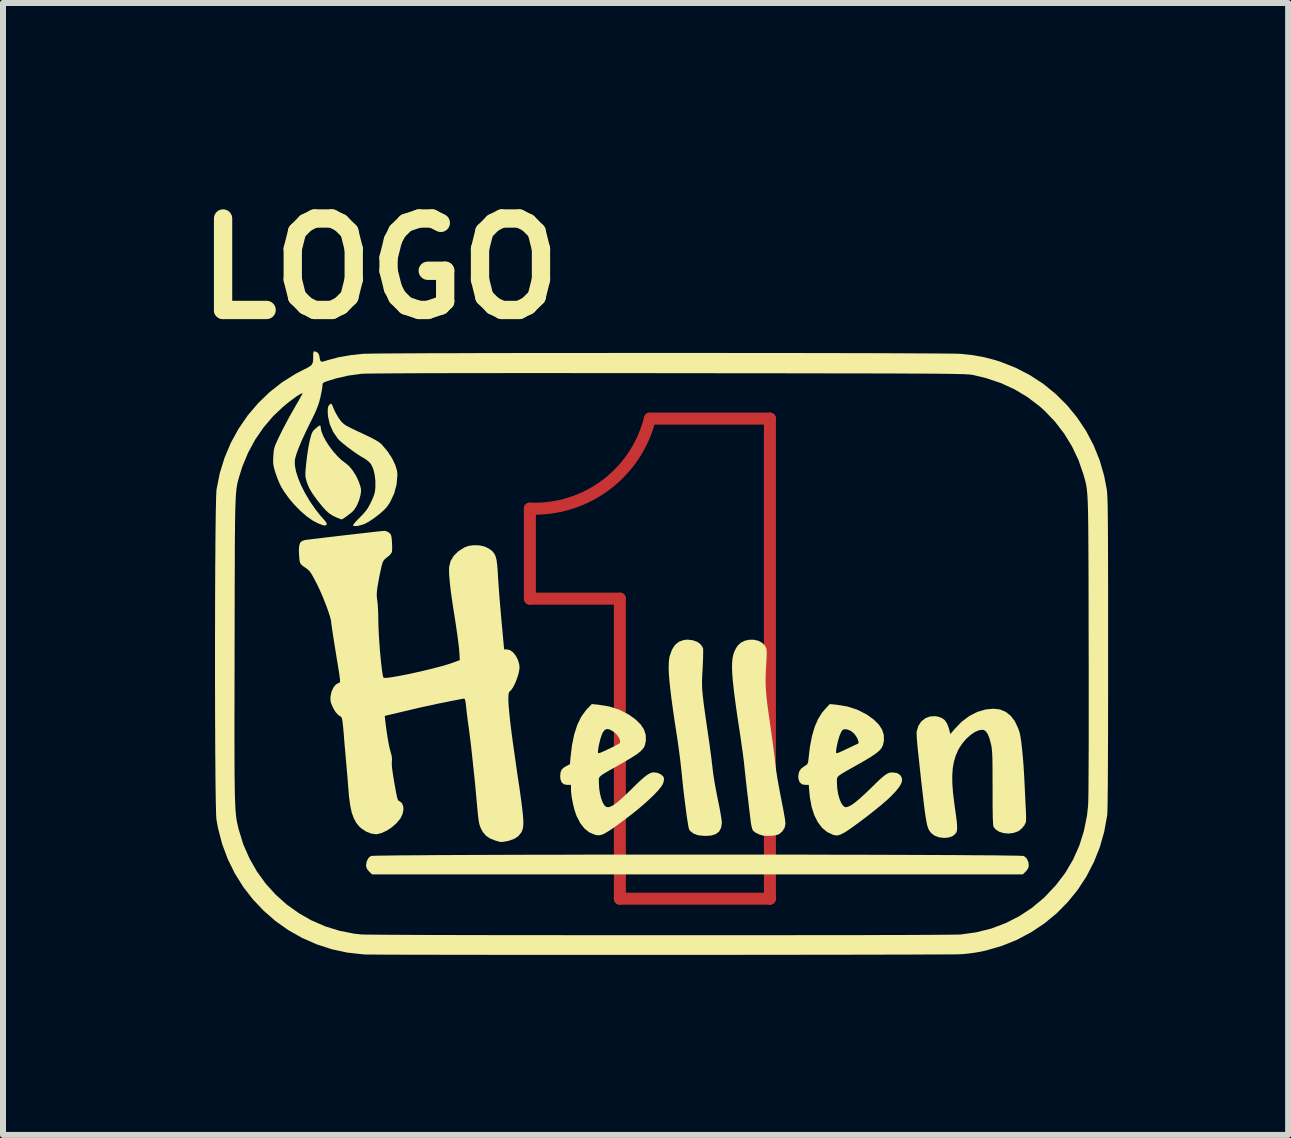
<source format=kicad_pcb>
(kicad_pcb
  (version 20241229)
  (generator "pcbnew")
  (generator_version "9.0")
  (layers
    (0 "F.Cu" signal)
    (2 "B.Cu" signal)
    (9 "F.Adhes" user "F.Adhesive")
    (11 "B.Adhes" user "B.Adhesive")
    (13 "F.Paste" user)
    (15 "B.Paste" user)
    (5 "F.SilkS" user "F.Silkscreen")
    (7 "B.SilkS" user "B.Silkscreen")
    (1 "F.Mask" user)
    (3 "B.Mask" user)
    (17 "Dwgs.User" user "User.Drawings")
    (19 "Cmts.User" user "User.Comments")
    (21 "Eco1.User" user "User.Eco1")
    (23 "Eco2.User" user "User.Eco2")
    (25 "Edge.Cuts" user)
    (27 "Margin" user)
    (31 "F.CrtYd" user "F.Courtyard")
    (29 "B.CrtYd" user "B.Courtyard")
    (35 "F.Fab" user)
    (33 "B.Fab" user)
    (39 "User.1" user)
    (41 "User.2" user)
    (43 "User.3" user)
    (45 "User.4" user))
  (footprint "LOGO"
    (layer "F.Cu")
    (at 8.28 7.926)
    (property "Reference" "LOGO" (at -5 -6.5 0) (layer "F.SilkS") (effects (font (size 1.524 1.524) (thickness 0.305))))
    (attr through_hole)
    (fp_line (start -2.5 -1) (end -2.5 -2.5) (stroke (width 0.2) (type solid)) (layer "F.Cu"))
    (fp_line (start -2.5 -1) (end -1 -1) (stroke (width 0.2) (type solid)) (layer "F.Cu"))
    (fp_line (start -1 -1) (end -1 4) (stroke (width 0.2) (type solid)) (layer "F.Cu"))
    (fp_line (start -1 4) (end 1.5 4) (stroke (width 0.2) (type solid)) (layer "F.Cu"))
    (fp_line (start 1.5 -4) (end -0.5 -4) (stroke (width 0.2) (type solid)) (layer "F.Cu"))
    (fp_line (start 1.5 4) (end 1.5 -4) (stroke (width 0.2) (type solid)) (layer "F.Cu"))
    (fp_arc (start -0.5 -4) (mid -1.233389 -2.894518) (end -2.5 -2.5) (stroke (width 0.2) (type solid)) (layer "F.Cu"))
    (fp_poly (pts (xy -5.99 -3.881) (xy -5.986 -3.858) (xy -5.986 -3.855) (xy -5.975 -3.792) (xy -5.945 -3.715) (xy -5.901 -3.63) (xy -5.844 -3.542) (xy -5.779 -3.456) (xy -5.709 -3.376) (xy -5.638 -3.308) (xy -5.578 -3.263) (xy -5.515 -3.211) (xy -5.453 -3.136) (xy -5.397 -3.048) (xy -5.352 -2.952) (xy -5.341 -2.92) (xy -5.323 -2.864) (xy -5.314 -2.823) (xy -5.314 -2.785) (xy -5.321 -2.739) (xy -5.323 -2.724) (xy -5.348 -2.633) (xy -5.385 -2.548) (xy -5.43 -2.478) (xy -5.457 -2.449) (xy -5.492 -2.42) (xy -5.533 -2.388) (xy -5.575 -2.357) (xy -5.611 -2.333) (xy -5.633 -2.321) (xy -5.636 -2.32) (xy -5.653 -2.325) (xy -5.688 -2.339) (xy -5.714 -2.349) (xy -5.785 -2.382) (xy -5.845 -2.422) (xy -5.903 -2.474) (xy -5.96 -2.537) (xy -6.053 -2.653) (xy -6.125 -2.754) (xy -6.178 -2.844) (xy -6.212 -2.925) (xy -6.217 -2.942) (xy -6.229 -2.983) (xy -6.237 -3.016) (xy -6.241 -3.05) (xy -6.241 -3.09) (xy -6.238 -3.142) (xy -6.231 -3.213) (xy -6.226 -3.267) (xy -6.215 -3.36) (xy -6.201 -3.457) (xy -6.186 -3.548) (xy -6.171 -3.622) (xy -6.168 -3.634) (xy -6.151 -3.702) (xy -6.137 -3.748) (xy -6.121 -3.781) (xy -6.101 -3.807) (xy -6.072 -3.834) (xy -6.072 -3.834) (xy -6.029 -3.87) (xy -6.003 -3.885)) (stroke (width 0) (type solid)) (fill yes) (layer "F.SilkS"))
    (fp_poly (pts (xy 0.809 3.265) (xy 1.151 3.265) (xy 1.491 3.266) (xy 1.827 3.266) (xy 2.156 3.266) (xy 2.479 3.267) (xy 2.794 3.268) (xy 3.1 3.268) (xy 3.395 3.269) (xy 3.679 3.27) (xy 3.949 3.271) (xy 4.206 3.272) (xy 4.447 3.273) (xy 4.671 3.274) (xy 4.877 3.276) (xy 5.064 3.277) (xy 5.231 3.278) (xy 5.376 3.28) (xy 5.498 3.282) (xy 5.596 3.283) (xy 5.668 3.285) (xy 5.714 3.287) (xy 5.733 3.289) (xy 5.733 3.289) (xy 5.779 3.33) (xy 5.807 3.389) (xy 5.814 3.443) (xy 5.807 3.486) (xy 5.784 3.524) (xy 5.764 3.546) (xy 5.715 3.595) (xy -5.131 3.595) (xy -5.18 3.546) (xy -5.214 3.505) (xy -5.228 3.466) (xy -5.23 3.443) (xy -5.218 3.374) (xy -5.186 3.318) (xy -5.149 3.289) (xy -5.131 3.287) (xy -5.085 3.285) (xy -5.012 3.283) (xy -4.914 3.282) (xy -4.792 3.28) (xy -4.647 3.278) (xy -4.481 3.277) (xy -4.294 3.276) (xy -4.088 3.274) (xy -3.864 3.273) (xy -3.623 3.272) (xy -3.367 3.271) (xy -3.096 3.27) (xy -2.813 3.269) (xy -2.517 3.268) (xy -2.212 3.268) (xy -1.897 3.267) (xy -1.574 3.266) (xy -1.244 3.266) (xy -0.909 3.266) (xy -0.569 3.265) (xy -0.226 3.265) (xy 0.119 3.265) (xy 0.464 3.265)) (stroke (width 0) (type solid)) (fill yes) (layer "F.SilkS"))
    (fp_poly (pts (xy -5.803 -4.241) (xy -5.79 -4.216) (xy -5.771 -4.169) (xy -5.763 -4.15) (xy -5.731 -4.085) (xy -5.691 -4.017) (xy -5.661 -3.975) (xy -5.639 -3.948) (xy -5.618 -3.926) (xy -5.593 -3.905) (xy -5.561 -3.884) (xy -5.518 -3.86) (xy -5.459 -3.831) (xy -5.38 -3.793) (xy -5.308 -3.76) (xy -5.207 -3.712) (xy -5.128 -3.673) (xy -5.069 -3.641) (xy -5.024 -3.614) (xy -4.992 -3.59) (xy -4.967 -3.567) (xy -4.964 -3.564) (xy -4.871 -3.453) (xy -4.798 -3.342) (xy -4.745 -3.234) (xy -4.714 -3.133) (xy -4.707 -3.065) (xy -4.721 -2.903) (xy -4.762 -2.75) (xy -4.829 -2.608) (xy -4.879 -2.533) (xy -4.919 -2.488) (xy -4.978 -2.434) (xy -5.047 -2.378) (xy -5.12 -2.325) (xy -5.19 -2.279) (xy -5.25 -2.247) (xy -5.273 -2.238) (xy -5.338 -2.219) (xy -5.394 -2.209) (xy -5.433 -2.21) (xy -5.444 -2.214) (xy -5.444 -2.228) (xy -5.425 -2.256) (xy -5.385 -2.301) (xy -5.337 -2.349) (xy -5.278 -2.41) (xy -5.234 -2.461) (xy -5.199 -2.511) (xy -5.167 -2.57) (xy -5.147 -2.61) (xy -5.115 -2.679) (xy -5.095 -2.732) (xy -5.083 -2.781) (xy -5.076 -2.834) (xy -5.074 -2.864) (xy -5.075 -2.971) (xy -5.088 -3.073) (xy -5.111 -3.164) (xy -5.144 -3.235) (xy -5.152 -3.247) (xy -5.192 -3.289) (xy -5.246 -3.33) (xy -5.273 -3.345) (xy -5.328 -3.377) (xy -5.396 -3.422) (xy -5.469 -3.474) (xy -5.543 -3.529) (xy -5.609 -3.582) (xy -5.664 -3.629) (xy -5.7 -3.665) (xy -5.7 -3.665) (xy -5.779 -3.78) (xy -5.834 -3.905) (xy -5.864 -4.037) (xy -5.869 -4.115) (xy -5.867 -4.17) (xy -5.859 -4.205) (xy -5.842 -4.228) (xy -5.84 -4.23) (xy -5.824 -4.244) (xy -5.813 -4.249)) (stroke (width 0) (type solid)) (fill yes) (layer "F.SilkS"))
    (fp_poly (pts (xy 0.218 -0.306) (xy 0.293 -0.278) (xy 0.35 -0.234) (xy 0.384 -0.177) (xy 0.386 -0.172) (xy 0.388 -0.148) (xy 0.388 -0.1) (xy 0.387 -0.033) (xy 0.384 0.049) (xy 0.38 0.141) (xy 0.379 0.169) (xy 0.374 0.243) (xy 0.371 0.307) (xy 0.369 0.364) (xy 0.369 0.418) (xy 0.37 0.472) (xy 0.373 0.529) (xy 0.379 0.593) (xy 0.387 0.666) (xy 0.397 0.752) (xy 0.411 0.854) (xy 0.428 0.976) (xy 0.449 1.12) (xy 0.472 1.277) (xy 0.488 1.385) (xy 0.503 1.494) (xy 0.516 1.596) (xy 0.528 1.685) (xy 0.536 1.756) (xy 0.539 1.779) (xy 0.549 1.864) (xy 0.56 1.948) (xy 0.574 2.036) (xy 0.591 2.133) (xy 0.612 2.246) (xy 0.639 2.38) (xy 0.648 2.422) (xy 0.665 2.509) (xy 0.679 2.59) (xy 0.691 2.659) (xy 0.697 2.711) (xy 0.699 2.734) (xy 0.688 2.816) (xy 0.655 2.879) (xy 0.601 2.922) (xy 0.525 2.947) (xy 0.437 2.954) (xy 0.379 2.951) (xy 0.326 2.946) (xy 0.296 2.941) (xy 0.227 2.915) (xy 0.173 2.873) (xy 0.156 2.85) (xy 0.148 2.826) (xy 0.138 2.777) (xy 0.127 2.706) (xy 0.113 2.616) (xy 0.099 2.51) (xy 0.084 2.393) (xy 0.068 2.267) (xy 0.053 2.135) (xy 0.039 2.002) (xy 0.026 1.87) (xy 0.023 1.845) (xy 0.014 1.763) (xy 0.002 1.66) (xy -0.013 1.544) (xy -0.03 1.421) (xy -0.048 1.299) (xy -0.058 1.235) (xy -0.092 1.013) (xy -0.12 0.818) (xy -0.143 0.648) (xy -0.161 0.5) (xy -0.174 0.372) (xy -0.183 0.263) (xy -0.187 0.171) (xy -0.186 0.093) (xy -0.182 0.027) (xy -0.173 -0.029) (xy -0.168 -0.048) (xy -0.131 -0.152) (xy -0.08 -0.23) (xy -0.014 -0.283) (xy 0.067 -0.311) (xy 0.129 -0.317)) (stroke (width 0) (type solid)) (fill yes) (layer "F.SilkS"))
    (fp_poly (pts (xy 1.233 -0.315) (xy 1.307 -0.298) (xy 1.371 -0.264) (xy 1.418 -0.215) (xy 1.429 -0.197) (xy 1.438 -0.176) (xy 1.444 -0.153) (xy 1.447 -0.123) (xy 1.447 -0.081) (xy 1.445 -0.022) (xy 1.441 0.059) (xy 1.438 0.108) (xy 1.432 0.206) (xy 1.429 0.293) (xy 1.428 0.376) (xy 1.43 0.457) (xy 1.435 0.542) (xy 1.443 0.635) (xy 1.455 0.741) (xy 1.471 0.864) (xy 1.492 1.009) (xy 1.503 1.088) (xy 1.52 1.208) (xy 1.537 1.326) (xy 1.552 1.438) (xy 1.565 1.537) (xy 1.576 1.62) (xy 1.583 1.68) (xy 1.584 1.691) (xy 1.594 1.783) (xy 1.606 1.875) (xy 1.621 1.973) (xy 1.64 2.081) (xy 1.663 2.206) (xy 1.691 2.352) (xy 1.702 2.407) (xy 1.72 2.498) (xy 1.735 2.583) (xy 1.748 2.657) (xy 1.756 2.714) (xy 1.759 2.748) (xy 1.759 2.75) (xy 1.746 2.816) (xy 1.709 2.877) (xy 1.655 2.923) (xy 1.643 2.929) (xy 1.599 2.943) (xy 1.537 2.951) (xy 1.468 2.954) (xy 1.403 2.951) (xy 1.374 2.946) (xy 1.317 2.928) (xy 1.263 2.901) (xy 1.224 2.871) (xy 1.215 2.86) (xy 1.203 2.83) (xy 1.191 2.781) (xy 1.181 2.721) (xy 1.179 2.706) (xy 1.173 2.653) (xy 1.164 2.579) (xy 1.153 2.489) (xy 1.142 2.391) (xy 1.13 2.29) (xy 1.128 2.28) (xy 1.116 2.175) (xy 1.104 2.068) (xy 1.093 1.966) (xy 1.083 1.876) (xy 1.076 1.808) (xy 1.076 1.808) (xy 1.07 1.748) (xy 1.06 1.666) (xy 1.047 1.566) (xy 1.031 1.455) (xy 1.015 1.338) (xy 0.997 1.221) (xy 0.997 1.219) (xy 0.963 0.998) (xy 0.935 0.803) (xy 0.912 0.633) (xy 0.894 0.485) (xy 0.881 0.357) (xy 0.872 0.247) (xy 0.869 0.154) (xy 0.87 0.074) (xy 0.876 0.006) (xy 0.887 -0.053) (xy 0.902 -0.104) (xy 0.922 -0.149) (xy 0.946 -0.191) (xy 0.961 -0.213) (xy 1.013 -0.264) (xy 1.08 -0.298) (xy 1.155 -0.315)) (stroke (width 0) (type solid)) (fill yes) (layer "F.SilkS"))
    (fp_poly (pts (xy 5.334 0.847) (xy 5.429 0.886) (xy 5.512 0.951) (xy 5.581 1.041) (xy 5.636 1.157) (xy 5.659 1.224) (xy 5.673 1.285) (xy 5.687 1.373) (xy 5.7 1.483) (xy 5.713 1.613) (xy 5.725 1.759) (xy 5.735 1.919) (xy 5.741 2.026) (xy 5.746 2.132) (xy 5.751 2.242) (xy 5.756 2.347) (xy 5.761 2.44) (xy 5.765 2.511) (xy 5.765 2.514) (xy 5.768 2.586) (xy 5.769 2.65) (xy 5.768 2.7) (xy 5.765 2.727) (xy 5.742 2.775) (xy 5.703 2.825) (xy 5.656 2.865) (xy 5.637 2.877) (xy 5.559 2.905) (xy 5.476 2.915) (xy 5.394 2.907) (xy 5.32 2.884) (xy 5.261 2.845) (xy 5.229 2.806) (xy 5.224 2.79) (xy 5.22 2.76) (xy 5.217 2.712) (xy 5.214 2.646) (xy 5.213 2.559) (xy 5.211 2.45) (xy 5.211 2.315) (xy 5.211 2.156) (xy 5.21 2.002) (xy 5.21 1.875) (xy 5.209 1.77) (xy 5.208 1.684) (xy 5.206 1.616) (xy 5.203 1.561) (xy 5.199 1.516) (xy 5.195 1.479) (xy 5.189 1.447) (xy 5.184 1.423) (xy 5.158 1.326) (xy 5.13 1.257) (xy 5.099 1.212) (xy 5.064 1.189) (xy 5.046 1.185) (xy 4.985 1.193) (xy 4.916 1.222) (xy 4.844 1.271) (xy 4.773 1.335) (xy 4.708 1.411) (xy 4.653 1.494) (xy 4.632 1.534) (xy 4.593 1.627) (xy 4.565 1.724) (xy 4.547 1.829) (xy 4.539 1.947) (xy 4.54 2.079) (xy 4.551 2.23) (xy 4.572 2.404) (xy 4.585 2.498) (xy 4.601 2.614) (xy 4.613 2.706) (xy 4.619 2.776) (xy 4.62 2.828) (xy 4.616 2.867) (xy 4.608 2.894) (xy 4.599 2.909) (xy 4.551 2.954) (xy 4.483 2.98) (xy 4.402 2.988) (xy 4.319 2.977) (xy 4.245 2.95) (xy 4.192 2.91) (xy 4.174 2.89) (xy 4.158 2.868) (xy 4.144 2.842) (xy 4.131 2.809) (xy 4.119 2.766) (xy 4.108 2.711) (xy 4.096 2.641) (xy 4.083 2.554) (xy 4.069 2.447) (xy 4.054 2.318) (xy 4.036 2.163) (xy 4.026 2.076) (xy 4.006 1.894) (xy 3.989 1.738) (xy 3.975 1.607) (xy 3.963 1.499) (xy 3.955 1.411) (xy 3.949 1.342) (xy 3.946 1.289) (xy 3.944 1.25) (xy 3.945 1.224) (xy 3.946 1.212) (xy 3.975 1.119) (xy 4.024 1.045) (xy 4.09 0.993) (xy 4.168 0.963) (xy 4.258 0.959) (xy 4.3 0.966) (xy 4.364 0.988) (xy 4.413 1.024) (xy 4.451 1.079) (xy 4.481 1.157) (xy 4.491 1.194) (xy 4.507 1.257) (xy 4.58 1.171) (xy 4.695 1.052) (xy 4.82 0.958) (xy 4.952 0.889) (xy 5.089 0.848) (xy 5.225 0.834)) (stroke (width 0) (type solid)) (fill yes) (layer "F.SilkS"))
    (fp_poly (pts (xy -1.362 0.767) (xy -1.177 0.797) (xy -1.006 0.852) (xy -0.851 0.932) (xy -0.739 1.013) (xy -0.654 1.096) (xy -0.598 1.181) (xy -0.569 1.271) (xy -0.567 1.366) (xy -0.581 1.434) (xy -0.595 1.471) (xy -0.619 1.506) (xy -0.655 1.544) (xy -0.707 1.585) (xy -0.776 1.631) (xy -0.866 1.686) (xy -0.979 1.752) (xy -0.98 1.753) (xy -1.087 1.813) (xy -1.171 1.86) (xy -1.235 1.897) (xy -1.282 1.926) (xy -1.314 1.949) (xy -1.335 1.968) (xy -1.346 1.986) (xy -1.351 2.005) (xy -1.351 2.027) (xy -1.35 2.055) (xy -1.35 2.07) (xy -1.345 2.159) (xy -1.332 2.247) (xy -1.312 2.328) (xy -1.287 2.395) (xy -1.258 2.445) (xy -1.227 2.471) (xy -1.227 2.471) (xy -1.195 2.476) (xy -1.156 2.466) (xy -1.108 2.441) (xy -1.05 2.399) (xy -0.979 2.339) (xy -0.893 2.258) (xy -0.821 2.189) (xy -0.731 2.1) (xy -0.658 2.031) (xy -0.598 1.978) (xy -0.55 1.941) (xy -0.51 1.916) (xy -0.476 1.901) (xy -0.444 1.895) (xy -0.43 1.895) (xy -0.369 1.904) (xy -0.316 1.929) (xy -0.278 1.964) (xy -0.266 1.99) (xy -0.267 2.035) (xy -0.283 2.088) (xy -0.312 2.135) (xy -0.362 2.196) (xy -0.43 2.268) (xy -0.513 2.348) (xy -0.608 2.433) (xy -0.713 2.522) (xy -0.824 2.61) (xy -0.871 2.645) (xy -0.984 2.73) (xy -1.077 2.798) (xy -1.152 2.851) (xy -1.214 2.89) (xy -1.263 2.918) (xy -1.304 2.935) (xy -1.339 2.943) (xy -1.371 2.943) (xy -1.403 2.938) (xy -1.418 2.934) (xy -1.511 2.894) (xy -1.59 2.831) (xy -1.658 2.745) (xy -1.716 2.634) (xy -1.73 2.6) (xy -1.758 2.515) (xy -1.782 2.416) (xy -1.802 2.314) (xy -1.813 2.221) (xy -1.815 2.171) (xy -1.815 2.103) (xy -1.875 2.104) (xy -1.932 2.094) (xy -1.971 2.061) (xy -1.991 2.006) (xy -1.995 1.954) (xy -1.988 1.891) (xy -1.97 1.848) (xy -1.934 1.815) (xy -1.897 1.792) (xy -1.832 1.758) (xy -1.823 1.648) (xy -1.811 1.552) (xy -1.365 1.552) (xy -1.364 1.567) (xy -1.359 1.574) (xy -1.346 1.574) (xy -1.32 1.566) (xy -1.277 1.547) (xy -1.212 1.517) (xy -1.194 1.508) (xy -1.128 1.477) (xy -1.071 1.448) (xy -1.027 1.424) (xy -1.004 1.41) (xy -1.003 1.409) (xy -0.994 1.381) (xy -1.004 1.341) (xy -1.029 1.296) (xy -1.066 1.251) (xy -1.11 1.213) (xy -1.116 1.21) (xy -1.174 1.179) (xy -1.219 1.172) (xy -1.255 1.19) (xy -1.286 1.233) (xy -1.287 1.234) (xy -1.306 1.279) (xy -1.326 1.343) (xy -1.344 1.415) (xy -1.358 1.484) (xy -1.364 1.541) (xy -1.365 1.552) (xy -1.811 1.552) (xy -1.798 1.441) (xy -1.76 1.258) (xy -1.709 1.101) (xy -1.644 0.968) (xy -1.566 0.86) (xy -1.545 0.837) (xy -1.468 0.757)) (stroke (width 0) (type solid)) (fill yes) (layer "F.SilkS"))
    (fp_poly (pts (xy 2.604 0.767) (xy 2.79 0.797) (xy 2.96 0.852) (xy 3.115 0.932) (xy 3.228 1.013) (xy 3.313 1.096) (xy 3.369 1.181) (xy 3.398 1.271) (xy 3.4 1.366) (xy 3.386 1.434) (xy 3.371 1.471) (xy 3.347 1.508) (xy 3.31 1.545) (xy 3.257 1.587) (xy 3.186 1.635) (xy 3.095 1.69) (xy 2.994 1.748) (xy 2.886 1.809) (xy 2.801 1.857) (xy 2.736 1.894) (xy 2.688 1.924) (xy 2.655 1.947) (xy 2.634 1.967) (xy 2.622 1.985) (xy 2.617 2.004) (xy 2.616 2.026) (xy 2.617 2.053) (xy 2.617 2.066) (xy 2.622 2.161) (xy 2.636 2.25) (xy 2.658 2.331) (xy 2.685 2.398) (xy 2.716 2.447) (xy 2.749 2.473) (xy 2.766 2.476) (xy 2.805 2.467) (xy 2.856 2.441) (xy 2.92 2.396) (xy 2.998 2.331) (xy 3.091 2.246) (xy 3.162 2.178) (xy 3.249 2.093) (xy 3.318 2.026) (xy 3.374 1.976) (xy 3.418 1.941) (xy 3.455 1.917) (xy 3.486 1.903) (xy 3.515 1.897) (xy 3.546 1.897) (xy 3.564 1.898) (xy 3.617 1.907) (xy 3.652 1.925) (xy 3.675 1.946) (xy 3.698 1.986) (xy 3.703 2.031) (xy 3.688 2.082) (xy 3.652 2.142) (xy 3.594 2.214) (xy 3.513 2.298) (xy 3.472 2.337) (xy 3.42 2.384) (xy 3.352 2.442) (xy 3.272 2.507) (xy 3.184 2.577) (xy 3.092 2.648) (xy 3.001 2.717) (xy 2.915 2.78) (xy 2.839 2.834) (xy 2.777 2.876) (xy 2.733 2.903) (xy 2.677 2.931) (xy 2.635 2.945) (xy 2.597 2.946) (xy 2.555 2.936) (xy 2.55 2.935) (xy 2.455 2.89) (xy 2.371 2.82) (xy 2.299 2.726) (xy 2.24 2.61) (xy 2.196 2.474) (xy 2.167 2.318) (xy 2.158 2.231) (xy 2.148 2.103) (xy 2.09 2.104) (xy 2.035 2.094) (xy 1.996 2.06) (xy 1.976 2.004) (xy 1.973 1.96) (xy 1.984 1.89) (xy 2.02 1.833) (xy 2.082 1.787) (xy 2.083 1.786) (xy 2.112 1.769) (xy 2.128 1.75) (xy 2.137 1.722) (xy 2.143 1.675) (xy 2.144 1.663) (xy 2.157 1.554) (xy 2.602 1.554) (xy 2.603 1.567) (xy 2.609 1.574) (xy 2.624 1.574) (xy 2.651 1.564) (xy 2.696 1.544) (xy 2.763 1.513) (xy 2.773 1.508) (xy 2.839 1.477) (xy 2.895 1.45) (xy 2.938 1.43) (xy 2.961 1.42) (xy 2.962 1.42) (xy 2.976 1.408) (xy 2.977 1.385) (xy 2.964 1.347) (xy 2.952 1.319) (xy 2.912 1.258) (xy 2.858 1.21) (xy 2.797 1.182) (xy 2.765 1.177) (xy 2.732 1.178) (xy 2.71 1.189) (xy 2.691 1.217) (xy 2.679 1.241) (xy 2.659 1.291) (xy 2.638 1.359) (xy 2.62 1.432) (xy 2.608 1.499) (xy 2.602 1.552) (xy 2.602 1.554) (xy 2.157 1.554) (xy 2.168 1.463) (xy 2.202 1.288) (xy 2.246 1.138) (xy 2.301 1.01) (xy 2.368 0.902) (xy 2.42 0.84) (xy 2.498 0.757)) (stroke (width 0) (type solid)) (fill yes) (layer "F.SilkS"))
    (fp_poly (pts (xy -4.883 -2.121) (xy -4.846 -2.098) (xy -4.844 -2.097) (xy -4.825 -2.078) (xy -4.813 -2.055) (xy -4.805 -2.022) (xy -4.8 -1.971) (xy -4.798 -1.939) (xy -4.795 -1.877) (xy -4.795 -1.822) (xy -4.798 -1.784) (xy -4.799 -1.777) (xy -4.816 -1.748) (xy -4.849 -1.713) (xy -4.878 -1.69) (xy -4.915 -1.66) (xy -4.939 -1.632) (xy -4.956 -1.596) (xy -4.971 -1.542) (xy -4.972 -1.54) (xy -4.984 -1.484) (xy -5 -1.411) (xy -5.016 -1.329) (xy -5.028 -1.26) (xy -5.042 -1.179) (xy -5.049 -1.119) (xy -5.052 -1.07) (xy -5.05 -1.025) (xy -5.044 -0.975) (xy -5.043 -0.969) (xy -5.036 -0.908) (xy -5.031 -0.829) (xy -5.027 -0.744) (xy -5.026 -0.684) (xy -5.025 -0.594) (xy -5.021 -0.492) (xy -5.016 -0.381) (xy -5.008 -0.267) (xy -5 -0.153) (xy -4.99 -0.042) (xy -4.98 0.06) (xy -4.97 0.151) (xy -4.96 0.226) (xy -4.95 0.281) (xy -4.941 0.313) (xy -4.938 0.318) (xy -4.917 0.321) (xy -4.872 0.319) (xy -4.806 0.31) (xy -4.723 0.296) (xy -4.627 0.278) (xy -4.52 0.257) (xy -4.407 0.232) (xy -4.292 0.206) (xy -4.177 0.179) (xy -4.067 0.151) (xy -3.966 0.124) (xy -3.876 0.098) (xy -3.802 0.074) (xy -3.784 0.067) (xy -3.668 0.025) (xy -3.673 -0.076) (xy -3.677 -0.135) (xy -3.685 -0.211) (xy -3.697 -0.308) (xy -3.713 -0.426) (xy -3.734 -0.568) (xy -3.76 -0.736) (xy -3.775 -0.83) (xy -3.801 -1.003) (xy -3.822 -1.157) (xy -3.836 -1.29) (xy -3.845 -1.401) (xy -3.847 -1.487) (xy -3.845 -1.531) (xy -3.821 -1.627) (xy -3.769 -1.713) (xy -3.691 -1.79) (xy -3.588 -1.855) (xy -3.514 -1.881) (xy -3.427 -1.891) (xy -3.337 -1.887) (xy -3.256 -1.869) (xy -3.225 -1.855) (xy -3.169 -1.824) (xy -3.126 -1.791) (xy -3.094 -1.753) (xy -3.071 -1.705) (xy -3.055 -1.642) (xy -3.044 -1.56) (xy -3.036 -1.455) (xy -3.035 -1.435) (xy -3.027 -1.303) (xy -3.018 -1.173) (xy -3.008 -1.04) (xy -2.996 -0.898) (xy -2.983 -0.742) (xy -2.967 -0.564) (xy -2.96 -0.492) (xy -2.929 -0.154) (xy -2.881 -0.154) (xy -2.83 -0.141) (xy -2.779 -0.104) (xy -2.735 -0.049) (xy -2.7 0.018) (xy -2.678 0.091) (xy -2.672 0.146) (xy -2.679 0.204) (xy -2.695 0.273) (xy -2.72 0.346) (xy -2.749 0.417) (xy -2.781 0.479) (xy -2.812 0.524) (xy -2.835 0.545) (xy -2.847 0.56) (xy -2.855 0.592) (xy -2.858 0.641) (xy -2.858 0.708) (xy -2.853 0.795) (xy -2.843 0.904) (xy -2.83 1.034) (xy -2.811 1.188) (xy -2.788 1.366) (xy -2.759 1.569) (xy -2.726 1.799) (xy -2.702 1.967) (xy -2.675 2.144) (xy -2.654 2.295) (xy -2.637 2.422) (xy -2.624 2.527) (xy -2.615 2.614) (xy -2.61 2.685) (xy -2.608 2.743) (xy -2.611 2.789) (xy -2.616 2.827) (xy -2.625 2.858) (xy -2.637 2.886) (xy -2.64 2.893) (xy -2.69 2.956) (xy -2.762 3.004) (xy -2.857 3.037) (xy -2.882 3.042) (xy -2.935 3.051) (xy -2.971 3.055) (xy -3.002 3.053) (xy -3.037 3.043) (xy -3.082 3.029) (xy -3.167 2.995) (xy -3.231 2.951) (xy -3.28 2.893) (xy -3.291 2.876) (xy -3.312 2.837) (xy -3.329 2.799) (xy -3.342 2.758) (xy -3.352 2.707) (xy -3.361 2.642) (xy -3.37 2.557) (xy -3.377 2.476) (xy -3.393 2.306) (xy -3.409 2.129) (xy -3.427 1.949) (xy -3.446 1.772) (xy -3.464 1.601) (xy -3.482 1.44) (xy -3.5 1.296) (xy -3.516 1.171) (xy -3.529 1.074) (xy -3.537 1.022) (xy -3.545 0.952) (xy -3.555 0.874) (xy -3.56 0.823) (xy -3.568 0.753) (xy -3.575 0.707) (xy -3.582 0.68) (xy -3.59 0.668) (xy -3.602 0.666) (xy -3.609 0.667) (xy -3.636 0.672) (xy -3.684 0.681) (xy -3.742 0.693) (xy -3.762 0.696) (xy -4.035 0.751) (xy -4.329 0.815) (xy -4.606 0.88) (xy -4.918 0.954) (xy -4.913 1.007) (xy -4.901 1.108) (xy -4.887 1.213) (xy -4.871 1.315) (xy -4.855 1.407) (xy -4.839 1.485) (xy -4.825 1.541) (xy -4.822 1.548) (xy -4.803 1.62) (xy -4.797 1.68) (xy -4.8 1.713) (xy -4.801 1.773) (xy -4.792 1.859) (xy -4.775 1.973) (xy -4.771 1.997) (xy -4.752 2.108) (xy -4.736 2.194) (xy -4.724 2.258) (xy -4.714 2.304) (xy -4.706 2.335) (xy -4.698 2.354) (xy -4.69 2.366) (xy -4.68 2.372) (xy -4.67 2.377) (xy -4.632 2.409) (xy -4.611 2.459) (xy -4.607 2.52) (xy -4.621 2.588) (xy -4.653 2.656) (xy -4.666 2.675) (xy -4.729 2.748) (xy -4.805 2.814) (xy -4.888 2.868) (xy -4.971 2.906) (xy -5.048 2.925) (xy -5.07 2.926) (xy -5.146 2.914) (xy -5.227 2.882) (xy -5.303 2.833) (xy -5.339 2.802) (xy -5.392 2.738) (xy -5.435 2.659) (xy -5.469 2.563) (xy -5.494 2.446) (xy -5.513 2.306) (xy -5.52 2.225) (xy -5.528 2.132) (xy -5.536 2.023) (xy -5.546 1.909) (xy -5.555 1.803) (xy -5.557 1.779) (xy -5.566 1.679) (xy -5.576 1.562) (xy -5.587 1.439) (xy -5.597 1.322) (xy -5.601 1.263) (xy -5.61 1.162) (xy -5.618 1.086) (xy -5.625 1.032) (xy -5.632 0.998) (xy -5.64 0.978) (xy -5.646 0.972) (xy -5.697 0.935) (xy -5.735 0.894) (xy -5.769 0.839) (xy -5.784 0.809) (xy -5.808 0.754) (xy -5.821 0.712) (xy -5.824 0.671) (xy -5.822 0.627) (xy -5.806 0.552) (xy -5.776 0.485) (xy -5.736 0.434) (xy -5.696 0.409) (xy -5.685 0.405) (xy -5.676 0.403) (xy -5.67 0.398) (xy -5.665 0.388) (xy -5.664 0.371) (xy -5.665 0.343) (xy -5.67 0.302) (xy -5.678 0.245) (xy -5.69 0.169) (xy -5.706 0.072) (xy -5.726 -0.05) (xy -5.74 -0.137) (xy -5.758 -0.248) (xy -5.774 -0.351) (xy -5.788 -0.442) (xy -5.799 -0.517) (xy -5.807 -0.572) (xy -5.811 -0.604) (xy -5.811 -0.61) (xy -5.817 -0.648) (xy -5.833 -0.708) (xy -5.858 -0.784) (xy -5.889 -0.871) (xy -5.925 -0.964) (xy -5.963 -1.058) (xy -6.003 -1.148) (xy -6.041 -1.229) (xy -6.058 -1.262) (xy -6.099 -1.34) (xy -6.13 -1.396) (xy -6.156 -1.437) (xy -6.18 -1.466) (xy -6.206 -1.49) (xy -6.237 -1.513) (xy -6.246 -1.519) (xy -6.291 -1.551) (xy -6.317 -1.576) (xy -6.331 -1.603) (xy -6.339 -1.639) (xy -6.339 -1.645) (xy -6.344 -1.697) (xy -6.348 -1.762) (xy -6.349 -1.813) (xy -6.344 -1.883) (xy -6.328 -1.931) (xy -6.298 -1.96) (xy -6.25 -1.976) (xy -6.244 -1.977) (xy -6.214 -1.981) (xy -6.16 -1.988) (xy -6.085 -1.997) (xy -5.994 -2.008) (xy -5.89 -2.021) (xy -5.776 -2.034) (xy -5.657 -2.048) (xy -5.535 -2.062) (xy -5.415 -2.076) (xy -5.3 -2.089) (xy -5.193 -2.101) (xy -5.099 -2.112) (xy -5.021 -2.12) (xy -4.963 -2.126) (xy -4.928 -2.13) (xy -4.92 -2.13)) (stroke (width 0) (type solid)) (fill yes) (layer "F.SilkS"))
    (fp_poly (pts (xy -6.061 -5.113) (xy -6.054 -5.11) (xy -6.026 -5.089) (xy -6.01 -5.05) (xy -6.008 -5.041) (xy -5.999 -4.989) (xy -5.989 -4.96) (xy -5.973 -4.948) (xy -5.942 -4.952) (xy -5.892 -4.967) (xy -5.877 -4.972) (xy -5.69 -5.022) (xy -5.484 -5.058) (xy -5.279 -5.08) (xy -5.246 -5.081) (xy -5.185 -5.082) (xy -5.097 -5.084) (xy -4.985 -5.085) (xy -4.848 -5.086) (xy -4.69 -5.087) (xy -4.51 -5.088) (xy -4.311 -5.089) (xy -4.093 -5.09) (xy -3.859 -5.09) (xy -3.608 -5.091) (xy -3.344 -5.092) (xy -3.066 -5.092) (xy -2.777 -5.093) (xy -2.477 -5.093) (xy -2.168 -5.094) (xy -1.852 -5.094) (xy -1.53 -5.094) (xy -1.202 -5.094) (xy -0.871 -5.095) (xy -0.538 -5.095) (xy -0.203 -5.095) (xy 0.13 -5.095) (xy 0.463 -5.095) (xy 0.792 -5.094) (xy 1.116 -5.094) (xy 1.435 -5.094) (xy 1.747 -5.093) (xy 2.05 -5.093) (xy 2.344 -5.092) (xy 2.626 -5.092) (xy 2.896 -5.091) (xy 3.153 -5.091) (xy 3.394 -5.09) (xy 3.618 -5.089) (xy 3.825 -5.088) (xy 4.013 -5.087) (xy 4.18 -5.086) (xy 4.325 -5.085) (xy 4.447 -5.084) (xy 4.545 -5.083) (xy 4.617 -5.082) (xy 4.661 -5.08) (xy 4.671 -5.08) (xy 4.878 -5.058) (xy 5.069 -5.024) (xy 5.259 -4.974) (xy 5.338 -4.949) (xy 5.592 -4.849) (xy 5.832 -4.725) (xy 6.057 -4.579) (xy 6.263 -4.411) (xy 6.452 -4.223) (xy 6.62 -4.018) (xy 6.768 -3.796) (xy 6.893 -3.559) (xy 6.994 -3.31) (xy 7.07 -3.048) (xy 7.113 -2.824) (xy 7.116 -2.802) (xy 7.119 -2.775) (xy 7.121 -2.743) (xy 7.123 -2.705) (xy 7.125 -2.657) (xy 7.127 -2.601) (xy 7.129 -2.533) (xy 7.13 -2.453) (xy 7.131 -2.36) (xy 7.132 -2.252) (xy 7.133 -2.128) (xy 7.134 -1.986) (xy 7.134 -1.826) (xy 7.135 -1.646) (xy 7.135 -1.444) (xy 7.136 -1.22) (xy 7.136 -0.972) (xy 7.136 -0.699) (xy 7.136 -0.399) (xy 7.136 -0.094) (xy 7.136 0.281) (xy 7.136 0.627) (xy 7.135 0.945) (xy 7.135 1.234) (xy 7.134 1.494) (xy 7.133 1.727) (xy 7.132 1.933) (xy 7.131 2.11) (xy 7.129 2.261) (xy 7.128 2.385) (xy 7.126 2.481) (xy 7.124 2.551) (xy 7.122 2.595) (xy 7.121 2.607) (xy 7.072 2.88) (xy 6.998 3.142) (xy 6.898 3.392) (xy 6.776 3.628) (xy 6.631 3.85) (xy 6.465 4.055) (xy 6.28 4.243) (xy 6.076 4.411) (xy 5.856 4.558) (xy 5.62 4.684) (xy 5.37 4.785) (xy 5.107 4.862) (xy 5.018 4.882) (xy 4.928 4.898) (xy 4.828 4.912) (xy 4.733 4.922) (xy 4.675 4.926) (xy 4.645 4.927) (xy 4.587 4.928) (xy 4.502 4.928) (xy 4.393 4.929) (xy 4.26 4.93) (xy 4.104 4.93) (xy 3.928 4.931) (xy 3.732 4.932) (xy 3.518 4.932) (xy 3.287 4.933) (xy 3.04 4.933) (xy 2.778 4.934) (xy 2.504 4.934) (xy 2.218 4.934) (xy 1.921 4.935) (xy 1.616 4.935) (xy 1.302 4.935) (xy 0.982 4.936) (xy 0.658 4.936) (xy 0.329 4.936) (xy -0.002 4.936) (xy -0.335 4.936) (xy -0.667 4.936) (xy -0.998 4.936) (xy -1.326 4.936) (xy -1.649 4.936) (xy -1.968 4.936) (xy -2.279 4.936) (xy -2.583 4.936) (xy -2.877 4.936) (xy -3.16 4.936) (xy -3.432 4.935) (xy -3.69 4.935) (xy -3.933 4.935) (xy -4.16 4.934) (xy -4.37 4.934) (xy -4.562 4.934) (xy -4.733 4.933) (xy -4.883 4.933) (xy -5.01 4.932) (xy -5.114 4.931) (xy -5.192 4.931) (xy -5.244 4.93) (xy -5.266 4.929) (xy -5.54 4.899) (xy -5.804 4.842) (xy -6.057 4.759) (xy -6.299 4.652) (xy -6.527 4.523) (xy -6.74 4.372) (xy -6.937 4.2) (xy -7.117 4.01) (xy -7.277 3.803) (xy -7.417 3.579) (xy -7.534 3.341) (xy -7.628 3.089) (xy -7.697 2.824) (xy -7.723 2.683) (xy -7.726 2.648) (xy -7.729 2.586) (xy -7.731 2.499) (xy -7.734 2.388) (xy -7.736 2.255) (xy -7.738 2.102) (xy -7.74 1.932) (xy -7.741 1.745) (xy -7.743 1.544) (xy -7.744 1.33) (xy -7.744 1.219) (xy -7.423 1.219) (xy -7.423 1.424) (xy -7.422 1.608) (xy -7.422 1.773) (xy -7.421 1.92) (xy -7.419 2.05) (xy -7.418 2.164) (xy -7.416 2.264) (xy -7.413 2.352) (xy -7.41 2.428) (xy -7.407 2.494) (xy -7.403 2.552) (xy -7.398 2.602) (xy -7.393 2.647) (xy -7.387 2.686) (xy -7.381 2.723) (xy -7.373 2.758) (xy -7.365 2.792) (xy -7.357 2.827) (xy -7.351 2.851) (xy -7.275 3.096) (xy -7.173 3.328) (xy -7.049 3.546) (xy -6.904 3.747) (xy -6.738 3.931) (xy -6.555 4.095) (xy -6.354 4.239) (xy -6.139 4.362) (xy -5.911 4.461) (xy -5.672 4.535) (xy -5.422 4.584) (xy -5.311 4.596) (xy -5.284 4.597) (xy -5.229 4.598) (xy -5.148 4.599) (xy -5.041 4.6) (xy -4.911 4.601) (xy -4.758 4.602) (xy -4.584 4.603) (xy -4.391 4.604) (xy -4.179 4.605) (xy -3.949 4.605) (xy -3.704 4.606) (xy -3.444 4.606) (xy -3.171 4.607) (xy -2.886 4.607) (xy -2.59 4.608) (xy -2.285 4.608) (xy -1.972 4.608) (xy -1.653 4.609) (xy -1.328 4.609) (xy -0.999 4.609) (xy -0.667 4.609) (xy -0.334 4.609) (xy -0.001 4.609) (xy 0.33 4.609) (xy 0.66 4.609) (xy 0.985 4.609) (xy 1.305 4.609) (xy 1.619 4.609) (xy 1.925 4.608) (xy 2.221 4.608) (xy 2.507 4.608) (xy 2.782 4.607) (xy 3.043 4.607) (xy 3.29 4.606) (xy 3.521 4.605) (xy 3.735 4.605) (xy 3.931 4.604) (xy 4.106 4.603) (xy 4.261 4.602) (xy 4.394 4.601) (xy 4.503 4.6) (xy 4.587 4.599) (xy 4.644 4.598) (xy 4.674 4.597) (xy 4.675 4.597) (xy 4.936 4.561) (xy 5.186 4.499) (xy 5.425 4.409) (xy 5.652 4.294) (xy 5.865 4.154) (xy 6.064 3.988) (xy 6.085 3.967) (xy 6.266 3.775) (xy 6.422 3.57) (xy 6.551 3.351) (xy 6.655 3.119) (xy 6.732 2.874) (xy 6.784 2.617) (xy 6.802 2.453) (xy 6.804 2.412) (xy 6.806 2.343) (xy 6.808 2.245) (xy 6.809 2.12) (xy 6.81 1.968) (xy 6.811 1.79) (xy 6.812 1.585) (xy 6.813 1.356) (xy 6.813 1.101) (xy 6.813 0.822) (xy 6.813 0.519) (xy 6.813 0.193) (xy 6.812 -0.156) (xy 6.812 -0.216) (xy 6.811 -0.536) (xy 6.811 -0.827) (xy 6.81 -1.093) (xy 6.81 -1.333) (xy 6.809 -1.55) (xy 6.808 -1.745) (xy 6.807 -1.919) (xy 6.806 -2.074) (xy 6.805 -2.211) (xy 6.803 -2.332) (xy 6.802 -2.437) (xy 6.799 -2.529) (xy 6.797 -2.608) (xy 6.793 -2.676) (xy 6.79 -2.735) (xy 6.785 -2.785) (xy 6.781 -2.829) (xy 6.775 -2.867) (xy 6.769 -2.902) (xy 6.762 -2.933) (xy 6.755 -2.964) (xy 6.746 -2.994) (xy 6.737 -3.027) (xy 6.727 -3.062) (xy 6.721 -3.082) (xy 6.641 -3.313) (xy 6.534 -3.537) (xy 6.404 -3.75) (xy 6.252 -3.948) (xy 6.081 -4.128) (xy 5.989 -4.21) (xy 5.789 -4.361) (xy 5.577 -4.488) (xy 5.35 -4.592) (xy 5.106 -4.674) (xy 4.887 -4.727) (xy 4.875 -4.729) (xy 4.86 -4.731) (xy 4.842 -4.734) (xy 4.821 -4.735) (xy 4.794 -4.737) (xy 4.762 -4.739) (xy 4.723 -4.741) (xy 4.677 -4.742) (xy 4.621 -4.743) (xy 4.557 -4.745) (xy 4.482 -4.746) (xy 4.396 -4.747) (xy 4.297 -4.748) (xy 4.185 -4.749) (xy 4.059 -4.75) (xy 3.918 -4.75) (xy 3.762 -4.751) (xy 3.588 -4.752) (xy 3.396 -4.752) (xy 3.185 -4.753) (xy 2.955 -4.753) (xy 2.704 -4.754) (xy 2.432 -4.754) (xy 2.137 -4.755) (xy 1.819 -4.755) (xy 1.476 -4.756) (xy 1.108 -4.756) (xy 0.714 -4.756) (xy 0.293 -4.757) (xy -0.156 -4.757) (xy -0.188 -4.757) (xy -0.691 -4.758) (xy -1.166 -4.758) (xy -1.612 -4.758) (xy -2.031 -4.759) (xy -2.422 -4.759) (xy -2.786 -4.759) (xy -3.124 -4.758) (xy -3.436 -4.758) (xy -3.722 -4.758) (xy -3.984 -4.757) (xy -4.22 -4.757) (xy -4.432 -4.756) (xy -4.62 -4.755) (xy -4.785 -4.754) (xy -4.927 -4.753) (xy -5.046 -4.752) (xy -5.143 -4.751) (xy -5.219 -4.75) (xy -5.273 -4.748) (xy -5.306 -4.747) (xy -5.311 -4.746) (xy -5.526 -4.717) (xy -5.734 -4.669) (xy -5.844 -4.635) (xy -5.899 -4.616) (xy -5.933 -4.602) (xy -5.95 -4.589) (xy -5.956 -4.571) (xy -5.956 -4.55) (xy -5.96 -4.516) (xy -5.969 -4.461) (xy -5.982 -4.396) (xy -5.993 -4.347) (xy -6.009 -4.283) (xy -6.029 -4.222) (xy -6.054 -4.157) (xy -6.087 -4.081) (xy -6.131 -3.99) (xy -6.162 -3.929) (xy -6.238 -3.772) (xy -6.302 -3.634) (xy -6.352 -3.514) (xy -6.389 -3.414) (xy -6.411 -3.337) (xy -6.417 -3.305) (xy -6.416 -3.22) (xy -6.397 -3.118) (xy -6.36 -3.004) (xy -6.309 -2.881) (xy -6.244 -2.754) (xy -6.168 -2.626) (xy -6.083 -2.501) (xy -5.99 -2.383) (xy -5.951 -2.339) (xy -5.91 -2.292) (xy -5.888 -2.26) (xy -5.884 -2.241) (xy -5.887 -2.234) (xy -5.903 -2.222) (xy -5.922 -2.219) (xy -5.951 -2.225) (xy -5.997 -2.242) (xy -6.03 -2.255) (xy -6.122 -2.303) (xy -6.22 -2.372) (xy -6.321 -2.46) (xy -6.42 -2.56) (xy -6.513 -2.669) (xy -6.595 -2.783) (xy -6.64 -2.856) (xy -6.669 -2.914) (xy -6.701 -2.989) (xy -6.729 -3.066) (xy -6.739 -3.095) (xy -6.76 -3.164) (xy -6.772 -3.216) (xy -6.778 -3.263) (xy -6.778 -3.316) (xy -6.775 -3.378) (xy -6.771 -3.432) (xy -6.766 -3.476) (xy -6.757 -3.516) (xy -6.743 -3.558) (xy -6.721 -3.609) (xy -6.689 -3.676) (xy -6.668 -3.721) (xy -6.625 -3.808) (xy -6.572 -3.909) (xy -6.516 -4.014) (xy -6.461 -4.113) (xy -6.438 -4.152) (xy -6.395 -4.228) (xy -6.356 -4.296) (xy -6.324 -4.353) (xy -6.301 -4.393) (xy -6.291 -4.411) (xy -6.291 -4.422) (xy -6.31 -4.417) (xy -6.346 -4.398) (xy -6.396 -4.365) (xy -6.456 -4.321) (xy -6.525 -4.269) (xy -6.599 -4.208) (xy -6.6 -4.208) (xy -6.777 -4.042) (xy -6.937 -3.854) (xy -7.078 -3.649) (xy -7.197 -3.429) (xy -7.292 -3.199) (xy -7.329 -3.082) (xy -7.34 -3.046) (xy -7.35 -3.013) (xy -7.358 -2.982) (xy -7.367 -2.952) (xy -7.374 -2.921) (xy -7.38 -2.888) (xy -7.386 -2.852) (xy -7.391 -2.81) (xy -7.396 -2.763) (xy -7.4 -2.708) (xy -7.403 -2.643) (xy -7.406 -2.569) (xy -7.409 -2.483) (xy -7.411 -2.383) (xy -7.413 -2.27) (xy -7.414 -2.14) (xy -7.416 -1.993) (xy -7.417 -1.828) (xy -7.417 -1.642) (xy -7.418 -1.436) (xy -7.419 -1.206) (xy -7.419 -0.953) (xy -7.42 -0.674) (xy -7.42 -0.368) (xy -7.421 -0.169) (xy -7.421 0.162) (xy -7.422 0.464) (xy -7.422 0.74) (xy -7.423 0.991) (xy -7.423 1.219) (xy -7.744 1.219) (xy -7.745 1.106) (xy -7.746 0.872) (xy -7.746 0.632) (xy -7.747 0.386) (xy -7.747 0.138) (xy -7.747 -0.113) (xy -7.747 -0.363) (xy -7.746 -0.611) (xy -7.746 -0.855) (xy -7.745 -1.093) (xy -7.744 -1.324) (xy -7.743 -1.545) (xy -7.741 -1.755) (xy -7.74 -1.951) (xy -7.738 -2.133) (xy -7.736 -2.298) (xy -7.734 -2.444) (xy -7.731 -2.569) (xy -7.729 -2.673) (xy -7.726 -2.752) (xy -7.723 -2.805) (xy -7.721 -2.824) (xy -7.667 -3.092) (xy -7.587 -3.351) (xy -7.482 -3.599) (xy -7.353 -3.833) (xy -7.202 -4.053) (xy -7.029 -4.256) (xy -6.838 -4.441) (xy -6.628 -4.606) (xy -6.401 -4.748) (xy -6.278 -4.812) (xy -6.209 -4.846) (xy -6.162 -4.874) (xy -6.133 -4.901) (xy -6.118 -4.933) (xy -6.112 -4.976) (xy -6.111 -5.035) (xy -6.111 -5.04) (xy -6.11 -5.089) (xy -6.105 -5.115) (xy -6.09 -5.121)) (stroke (width 0) (type solid)) (fill yes) (layer "F.SilkS")))
  (gr_rect
    (start -3 -3)
    (end 18.416 15.863)
    (stroke (width 0.1) (type default))
    (fill no)
    (layer "Edge.Cuts")))
</source>
